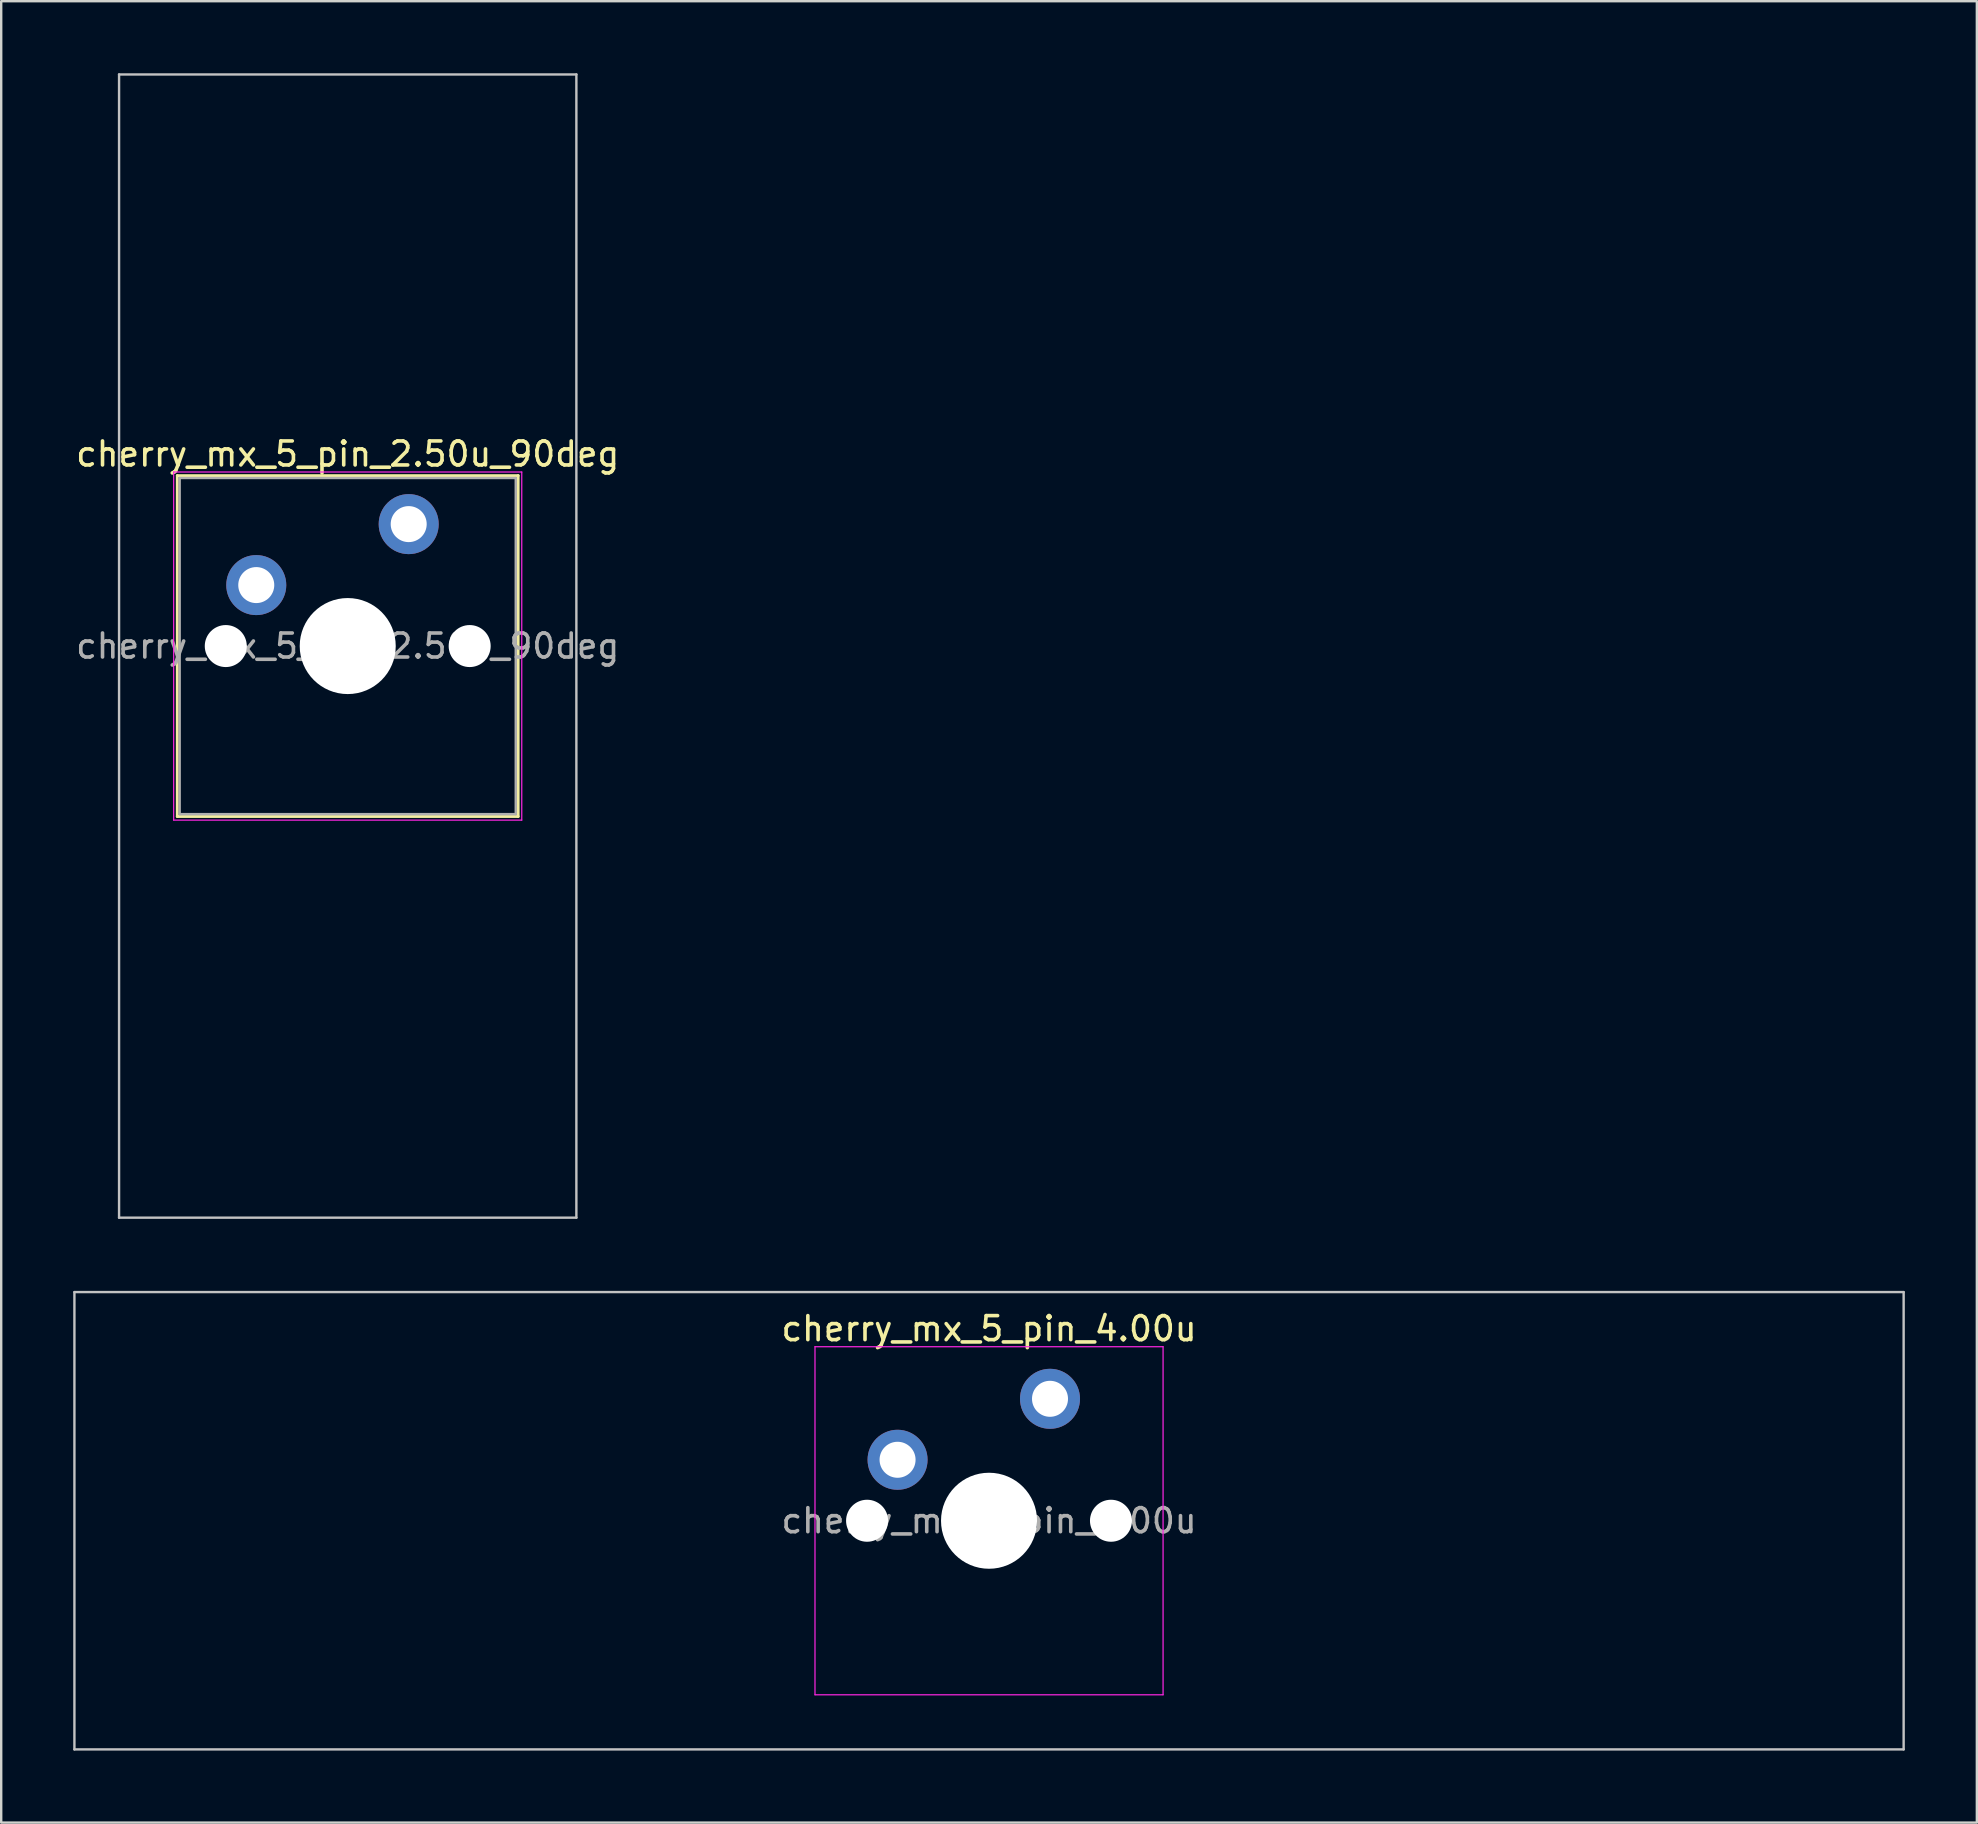
<source format=kicad_pcb>
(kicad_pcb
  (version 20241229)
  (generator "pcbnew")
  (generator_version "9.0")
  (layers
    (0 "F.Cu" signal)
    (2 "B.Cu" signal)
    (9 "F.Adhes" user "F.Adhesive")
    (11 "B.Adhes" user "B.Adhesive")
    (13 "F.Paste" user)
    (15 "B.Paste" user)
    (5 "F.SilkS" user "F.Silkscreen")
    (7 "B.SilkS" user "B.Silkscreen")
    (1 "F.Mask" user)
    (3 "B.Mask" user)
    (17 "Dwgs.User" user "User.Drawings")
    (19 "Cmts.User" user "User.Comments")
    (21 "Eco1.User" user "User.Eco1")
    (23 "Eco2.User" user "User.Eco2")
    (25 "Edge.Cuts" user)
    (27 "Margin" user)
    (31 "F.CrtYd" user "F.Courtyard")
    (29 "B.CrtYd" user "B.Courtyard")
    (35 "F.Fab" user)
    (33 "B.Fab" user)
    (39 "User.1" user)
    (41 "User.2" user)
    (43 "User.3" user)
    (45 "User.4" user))
  (footprint "cherry_mx_5_pin_4.00u"
    (layer "F.Cu")
    (at 38.15 60.3)
    (property "Reference" "cherry_mx_5_pin_4.00u" (at 0 -8 0) (layer "F.SilkS") (effects (font (size 1 1) (thickness 0.15))))
    (fp_line (start -38.1 -9.525) (end -38.1 9.525) (stroke (width 0.1) (type solid)) (layer "Dwgs.User"))
    (fp_line (start -38.1 9.525) (end 38.1 9.525) (stroke (width 0.1) (type solid)) (layer "Dwgs.User"))
    (fp_line (start 38.1 -9.525) (end -38.1 -9.525) (stroke (width 0.1) (type solid)) (layer "Dwgs.User"))
    (fp_line (start 38.1 9.525) (end 38.1 -9.525) (stroke (width 0.1) (type solid)) (layer "Dwgs.User"))
    (fp_line (start -16.1 -2.1) (end -16.1 0.3) (stroke (width 0.1) (type solid)) (layer "Eco2.User"))
    (fp_line (start -15.9 -2.3) (end -15.4 -2.3) (stroke (width 0.1) (type solid)) (layer "Eco2.User"))
    (fp_line (start -15.9 0.5) (end -15.4 0.5) (stroke (width 0.1) (type solid)) (layer "Eco2.User"))
    (fp_line (start -15.4 -5) (end -15.4 -2.3) (stroke (width 0.1) (type solid)) (layer "Eco2.User"))
    (fp_line (start -15.4 0.5) (end -15.4 6.5) (stroke (width 0.1) (type solid)) (layer "Eco2.User"))
    (fp_line (start -14.9 -5.5) (end -9.15 -5.5) (stroke (width 0.1) (type solid)) (layer "Eco2.User"))
    (fp_line (start -14.9 7) (end -14.175 7) (stroke (width 0.1) (type solid)) (layer "Eco2.User"))
    (fp_line (start -13.175 8) (end -10.875 8) (stroke (width 0.1) (type solid)) (layer "Eco2.User"))
    (fp_line (start -9.875 7) (end -9.15 7) (stroke (width 0.1) (type solid)) (layer "Eco2.User"))
    (fp_line (start -8.15 -4.5) (end -7.5 -4.5) (stroke (width 0.1) (type solid)) (layer "Eco2.User"))
    (fp_line (start -8.15 6) (end -7.5 6) (stroke (width 0.1) (type solid)) (layer "Eco2.User"))
    (fp_line (start -7 -6.5) (end -7 -5) (stroke (width 0.1) (type solid)) (layer "Eco2.User"))
    (fp_line (start -6.5 -7) (end 6.5 -7) (stroke (width 0.1) (type solid)) (layer "Eco2.User"))
    (fp_line (start -6.5 7) (end 6.5 7) (stroke (width 0.1) (type solid)) (layer "Eco2.User"))
    (fp_line (start 7 -6.5) (end 7 -5) (stroke (width 0.1) (type solid)) (layer "Eco2.User"))
    (fp_line (start 8.15 -4.5) (end 7.5 -4.5) (stroke (width 0.1) (type solid)) (layer "Eco2.User"))
    (fp_line (start 8.15 6) (end 7.5 6) (stroke (width 0.1) (type solid)) (layer "Eco2.User"))
    (fp_line (start 9.875 7) (end 9.15 7) (stroke (width 0.1) (type solid)) (layer "Eco2.User"))
    (fp_line (start 13.175 8) (end 10.875 8) (stroke (width 0.1) (type solid)) (layer "Eco2.User"))
    (fp_line (start 14.9 -5.5) (end 9.15 -5.5) (stroke (width 0.1) (type solid)) (layer "Eco2.User"))
    (fp_line (start 14.9 7) (end 14.175 7) (stroke (width 0.1) (type solid)) (layer "Eco2.User"))
    (fp_line (start 15.4 -5) (end 15.4 -2.3) (stroke (width 0.1) (type solid)) (layer "Eco2.User"))
    (fp_line (start 15.4 0.5) (end 15.4 6.5) (stroke (width 0.1) (type solid)) (layer "Eco2.User"))
    (fp_line (start 15.9 -2.3) (end 15.4 -2.3) (stroke (width 0.1) (type solid)) (layer "Eco2.User"))
    (fp_line (start 15.9 0.5) (end 15.4 0.5) (stroke (width 0.1) (type solid)) (layer "Eco2.User"))
    (fp_line (start 16.1 -2.1) (end 16.1 0.3) (stroke (width 0.1) (type solid)) (layer "Eco2.User"))
    (fp_arc (start -16.1 -2.1) (mid -16.041421 -2.241421) (end -15.9 -2.3) (stroke (width 0.1) (type solid)) (layer "Eco2.User"))
    (fp_arc (start -15.9 0.5) (mid -16.041421 0.441421) (end -16.1 0.3) (stroke (width 0.1) (type solid)) (layer "Eco2.User"))
    (fp_arc (start -15.4 -5) (mid -15.253553 -5.353553) (end -14.9 -5.5) (stroke (width 0.1) (type solid)) (layer "Eco2.User"))
    (fp_arc (start -14.9 7) (mid -15.253553 6.853553) (end -15.4 6.5) (stroke (width 0.1) (type solid)) (layer "Eco2.User"))
    (fp_arc (start -14.175 7) (mid -13.821447 7.146447) (end -13.675 7.5) (stroke (width 0.1) (type solid)) (layer "Eco2.User"))
    (fp_arc (start -13.175 8) (mid -13.528553 7.853553) (end -13.675 7.5) (stroke (width 0.1) (type solid)) (layer "Eco2.User"))
    (fp_arc (start -10.375 7.5) (mid -10.521447 7.853553) (end -10.875 8) (stroke (width 0.1) (type solid)) (layer "Eco2.User"))
    (fp_arc (start -10.375 7.5) (mid -10.228553 7.146447) (end -9.875 7) (stroke (width 0.1) (type solid)) (layer "Eco2.User"))
    (fp_arc (start -9.15 -5.5) (mid -8.796447 -5.353553) (end -8.65 -5) (stroke (width 0.1) (type solid)) (layer "Eco2.User"))
    (fp_arc (start -8.65 6.5) (mid -8.796447 6.853553) (end -9.15 7) (stroke (width 0.1) (type solid)) (layer "Eco2.User"))
    (fp_arc (start -8.65 6.5) (mid -8.503553 6.146447) (end -8.15 6) (stroke (width 0.1) (type solid)) (layer "Eco2.User"))
    (fp_arc (start -8.15 -4.5) (mid -8.503553 -4.646447) (end -8.65 -5) (stroke (width 0.1) (type solid)) (layer "Eco2.User"))
    (fp_arc (start -7.5 6) (mid -7.146447 6.146447) (end -7 6.5) (stroke (width 0.1) (type solid)) (layer "Eco2.User"))
    (fp_arc (start -7 -6.5) (mid -6.853553 -6.853553) (end -6.5 -7) (stroke (width 0.1) (type solid)) (layer "Eco2.User"))
    (fp_arc (start -7 -5) (mid -7.146447 -4.646447) (end -7.5 -4.5) (stroke (width 0.1) (type solid)) (layer "Eco2.User"))
    (fp_arc (start -6.5 7) (mid -6.853553 6.853553) (end -7 6.5) (stroke (width 0.1) (type solid)) (layer "Eco2.User"))
    (fp_arc (start 6.5 -7) (mid 6.853553 -6.853553) (end 7 -6.5) (stroke (width 0.1) (type solid)) (layer "Eco2.User"))
    (fp_arc (start 7 6.5) (mid 6.853553 6.853553) (end 6.5 7) (stroke (width 0.1) (type solid)) (layer "Eco2.User"))
    (fp_arc (start 7 6.5) (mid 7.146447 6.146447) (end 7.5 6) (stroke (width 0.1) (type solid)) (layer "Eco2.User"))
    (fp_arc (start 7.5 -4.5) (mid 7.146447 -4.646447) (end 7 -5) (stroke (width 0.1) (type solid)) (layer "Eco2.User"))
    (fp_arc (start 8.15 6) (mid 8.503553 6.146447) (end 8.65 6.5) (stroke (width 0.1) (type solid)) (layer "Eco2.User"))
    (fp_arc (start 8.65 -5) (mid 8.503553 -4.646447) (end 8.15 -4.5) (stroke (width 0.1) (type solid)) (layer "Eco2.User"))
    (fp_arc (start 8.65 -5) (mid 8.796447 -5.353553) (end 9.15 -5.5) (stroke (width 0.1) (type solid)) (layer "Eco2.User"))
    (fp_arc (start 9.15 7) (mid 8.796447 6.853553) (end 8.65 6.5) (stroke (width 0.1) (type solid)) (layer "Eco2.User"))
    (fp_arc (start 9.875 7) (mid 10.228553 7.146447) (end 10.375 7.5) (stroke (width 0.1) (type solid)) (layer "Eco2.User"))
    (fp_arc (start 10.875 8) (mid 10.521447 7.853553) (end 10.375 7.5) (stroke (width 0.1) (type solid)) (layer "Eco2.User"))
    (fp_arc (start 13.675 7.5) (mid 13.528553 7.853553) (end 13.175 8) (stroke (width 0.1) (type solid)) (layer "Eco2.User"))
    (fp_arc (start 13.675 7.5) (mid 13.821447 7.146447) (end 14.175 7) (stroke (width 0.1) (type solid)) (layer "Eco2.User"))
    (fp_arc (start 14.9 -5.5) (mid 15.253553 -5.353553) (end 15.4 -5) (stroke (width 0.1) (type solid)) (layer "Eco2.User"))
    (fp_arc (start 15.4 6.5) (mid 15.253553 6.853553) (end 14.9 7) (stroke (width 0.1) (type solid)) (layer "Eco2.User"))
    (fp_arc (start 15.9 -2.3) (mid 16.041421 -2.241421) (end 16.1 -2.1) (stroke (width 0.1) (type solid)) (layer "Eco2.User"))
    (fp_arc (start 16.1 0.3) (mid 16.041421 0.441421) (end 15.9 0.5) (stroke (width 0.1) (type solid)) (layer "Eco2.User"))
    (fp_line (start -7.25 -7.25) (end -7.25 7.25) (stroke (width 0.05) (type solid)) (layer "F.CrtYd"))
    (fp_line (start -7.25 7.25) (end 7.25 7.25) (stroke (width 0.05) (type solid)) (layer "F.CrtYd"))
    (fp_line (start 7.25 -7.25) (end -7.25 -7.25) (stroke (width 0.05) (type solid)) (layer "F.CrtYd"))
    (fp_line (start 7.25 7.25) (end 7.25 -7.25) (stroke (width 0.05) (type solid)) (layer "F.CrtYd"))
    (fp_text user "${REFERENCE}" (at 0 0 0) (layer "F.Fab") (effects (font (size 1 1) (thickness 0.15))))
    (pad "" np_thru_hole circle (at -5.08 0) (size 1.75 1.75) (drill 1.75) (layers "*.Cu" "*.Mask"))
    (pad "" smd circle (at -3.81 -2.54) (size 1.55 1.55) (layers "F.Mask"))
    (pad "" np_thru_hole circle (at 0 0) (size 4 4) (drill 4) (layers "*.Cu" "*.Mask"))
    (pad "" smd circle (at 2.54 -5.08) (size 1.55 1.55) (layers "F.Mask"))
    (pad "" np_thru_hole circle (at 5.08 0) (size 1.75 1.75) (drill 1.75) (layers "*.Cu" "*.Mask"))
    (pad "1" thru_hole circle (at -3.81 -2.54) (size 2.5 2.5) (drill 1.5) (layers "*.Cu" "B.Mask"))
    (pad "2" thru_hole circle (at 2.54 -5.08) (size 2.5 2.5) (drill 1.5) (layers "*.Cu" "B.Mask")))
  (footprint "cherry_mx_5_pin_2.50u_90deg"
    (layer "F.Cu")
    (at 11.435 23.863)
    (property "Reference" "cherry_mx_5_pin_2.50u_90deg" (at 0 -8 0) (layer "F.SilkS") (effects (font (size 1 1) (thickness 0.15))))
    (attr through_hole)
    (fp_line (start -7.1 -7.1) (end -7.1 7.1) (stroke (width 0.12) (type solid)) (layer "F.SilkS"))
    (fp_line (start -7.1 7.1) (end 7.1 7.1) (stroke (width 0.12) (type solid)) (layer "F.SilkS"))
    (fp_line (start 7.1 -7.1) (end -7.1 -7.1) (stroke (width 0.12) (type solid)) (layer "F.SilkS"))
    (fp_line (start 7.1 7.1) (end 7.1 -7.1) (stroke (width 0.12) (type solid)) (layer "F.SilkS"))
    (fp_line (start -9.525 -23.812) (end 9.525 -23.812) (stroke (width 0.1) (type solid)) (layer "Dwgs.User"))
    (fp_line (start -9.525 23.812) (end -9.525 -23.812) (stroke (width 0.1) (type solid)) (layer "Dwgs.User"))
    (fp_line (start 9.525 -23.812) (end 9.525 23.812) (stroke (width 0.1) (type solid)) (layer "Dwgs.User"))
    (fp_line (start 9.525 23.812) (end -9.525 23.812) (stroke (width 0.1) (type solid)) (layer "Dwgs.User"))
    (fp_line (start -7 -7) (end -7 7) (stroke (width 0.1) (type solid)) (layer "Eco1.User"))
    (fp_line (start -7 7) (end 7 7) (stroke (width 0.1) (type solid)) (layer "Eco1.User"))
    (fp_line (start 7 -7) (end -7 -7) (stroke (width 0.1) (type solid)) (layer "Eco1.User"))
    (fp_line (start 7 7) (end 7 -7) (stroke (width 0.1) (type solid)) (layer "Eco1.User"))
    (fp_line (start -7.25 -7.25) (end -7.25 7.25) (stroke (width 0.05) (type solid)) (layer "F.CrtYd"))
    (fp_line (start -7.25 7.25) (end 7.25 7.25) (stroke (width 0.05) (type solid)) (layer "F.CrtYd"))
    (fp_line (start 7.25 -7.25) (end -7.25 -7.25) (stroke (width 0.05) (type solid)) (layer "F.CrtYd"))
    (fp_line (start 7.25 7.25) (end 7.25 -7.25) (stroke (width 0.05) (type solid)) (layer "F.CrtYd"))
    (fp_line (start -7 -7) (end -7 7) (stroke (width 0.1) (type solid)) (layer "F.Fab"))
    (fp_line (start -7 7) (end 7 7) (stroke (width 0.1) (type solid)) (layer "F.Fab"))
    (fp_line (start 7 -7) (end -7 -7) (stroke (width 0.1) (type solid)) (layer "F.Fab"))
    (fp_line (start 7 7) (end 7 -7) (stroke (width 0.1) (type solid)) (layer "F.Fab"))
    (fp_text user "${REFERENCE}" (at 0 0 0) (layer "F.Fab") (effects (font (size 1 1) (thickness 0.15))))
    (pad "" np_thru_hole circle (at -5.08 0) (size 1.75 1.75) (drill 1.75) (layers "*.Cu" "*.Mask"))
    (pad "" smd circle (at -3.81 -2.54) (size 1.55 1.55) (layers "F.Mask"))
    (pad "" np_thru_hole circle (at 0 0) (size 4 4) (drill 4) (layers "*.Cu" "*.Mask"))
    (pad "" smd circle (at 2.54 -5.08) (size 1.55 1.55) (layers "F.Mask"))
    (pad "" np_thru_hole circle (at 5.08 0) (size 1.75 1.75) (drill 1.75) (layers "*.Cu" "*.Mask"))
    (pad "1" thru_hole circle (at -3.81 -2.54) (size 2.5 2.5) (drill 1.5) (layers "*.Cu" "B.Mask"))
    (pad "2" thru_hole circle (at 2.54 -5.08) (size 2.5 2.5) (drill 1.5) (layers "*.Cu" "B.Mask")))
  (gr_rect
    (start -3 -3)
    (end 79.3 72.875)
    (stroke (width 0.1) (type default))
    (fill no)
    (layer "Edge.Cuts")))
</source>
